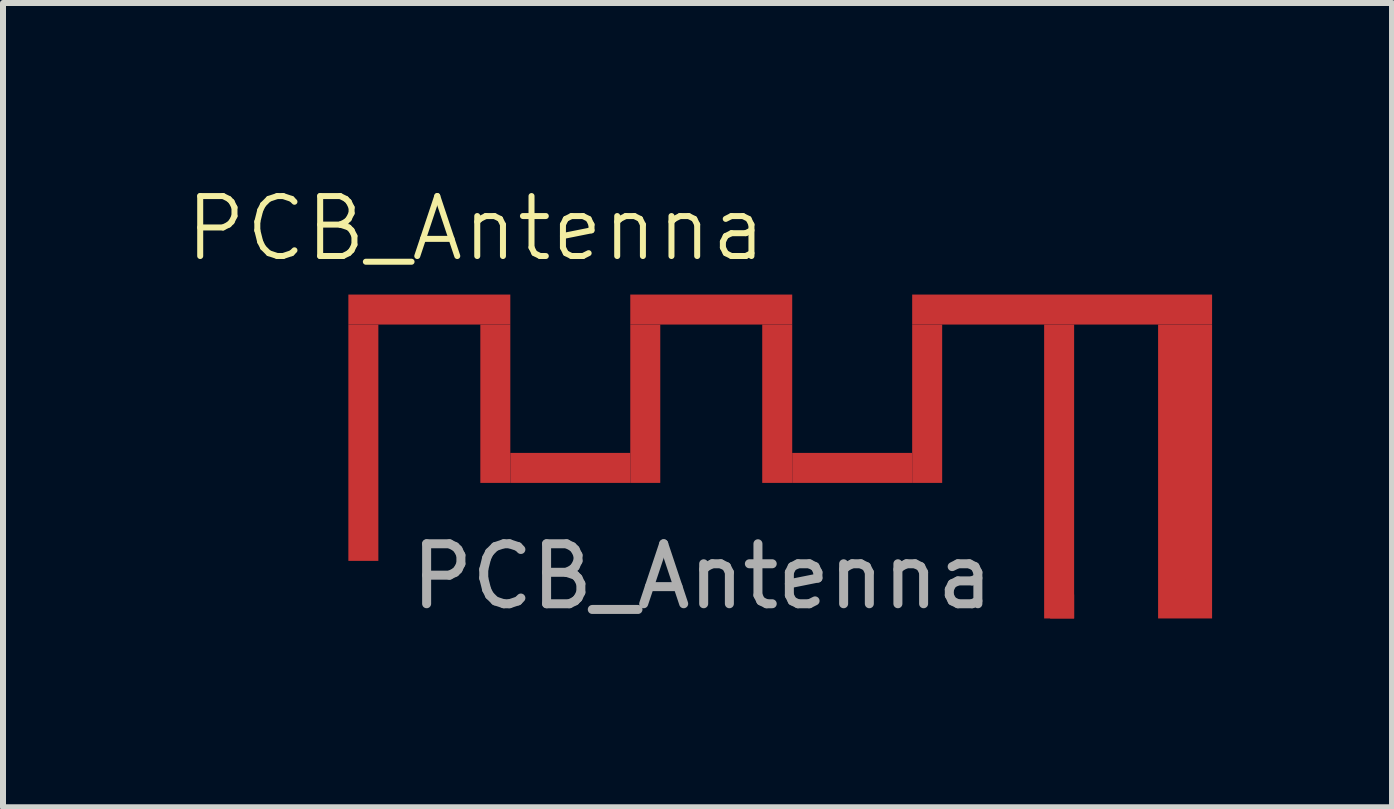
<source format=kicad_pcb>
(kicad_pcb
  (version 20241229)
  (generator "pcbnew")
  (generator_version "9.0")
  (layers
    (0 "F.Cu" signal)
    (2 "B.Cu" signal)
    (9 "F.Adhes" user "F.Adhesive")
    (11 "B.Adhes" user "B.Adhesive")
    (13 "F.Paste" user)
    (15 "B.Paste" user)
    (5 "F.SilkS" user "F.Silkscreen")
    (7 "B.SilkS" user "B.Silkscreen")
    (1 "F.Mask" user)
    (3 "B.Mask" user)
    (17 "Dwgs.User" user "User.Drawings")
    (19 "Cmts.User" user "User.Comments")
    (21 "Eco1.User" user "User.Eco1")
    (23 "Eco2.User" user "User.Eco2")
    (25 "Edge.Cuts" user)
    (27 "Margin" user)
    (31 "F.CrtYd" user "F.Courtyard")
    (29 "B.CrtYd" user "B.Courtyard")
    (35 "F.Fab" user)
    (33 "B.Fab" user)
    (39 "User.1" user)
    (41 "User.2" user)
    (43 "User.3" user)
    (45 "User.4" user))
  (footprint "PCB_Antenna"
    (layer "F.Cu")
    (at 14.758 2.361)
    (property "Reference" "PCB_Antenna" (at -9.875 -1.6 0) (unlocked yes) (layer "F.SilkS") (effects (font (size 1 1) (thickness 0.1))))
    (attr smd)
    (fp_rect (start -11.5 0) (end -12 3.94) (stroke (width 0) (type solid)) (fill yes) (layer "F.Cu"))
    (fp_rect (start -9.3 -0.5) (end -12 0) (stroke (width 0) (type solid)) (fill yes) (layer "F.Cu"))
    (fp_rect (start -9.3 0) (end -9.8 2.64) (stroke (width 0) (type solid)) (fill yes) (layer "F.Cu"))
    (fp_rect (start -7.3 2.14) (end -9.3 2.64) (stroke (width 0) (type solid)) (fill yes) (layer "F.Cu"))
    (fp_rect (start -6.8 0) (end -7.3 2.64) (stroke (width 0) (type solid)) (fill yes) (layer "F.Cu"))
    (fp_rect (start -4.6 -0.5) (end -7.3 0) (stroke (width 0) (type solid)) (fill yes) (layer "F.Cu"))
    (fp_rect (start -4.6 0) (end -5.1 2.64) (stroke (width 0) (type solid)) (fill yes) (layer "F.Cu"))
    (fp_rect (start -2.6 2.14) (end -4.6 2.64) (stroke (width 0) (type solid)) (fill yes) (layer "F.Cu"))
    (fp_rect (start -2.1 0) (end -2.6 2.64) (stroke (width 0) (type solid)) (fill yes) (layer "F.Cu"))
    (fp_rect (start 0.1 0) (end -0.4 4.9) (stroke (width 0) (type solid)) (fill yes) (layer "F.Cu"))
    (fp_rect (start 2.4 -0.5) (end -2.6 0) (stroke (width 0) (type solid)) (fill yes) (layer "F.Cu"))
    (fp_rect (start 2.4 0) (end 1.5 4.9) (stroke (width 0) (type solid)) (fill yes) (layer "F.Cu"))
    (fp_text user "${REFERENCE}" (at -6.1 4.2 0) (unlocked yes) (layer "F.Fab") (effects (font (size 1 1) (thickness 0.15))))
    (pad "1" smd rect (at -0.1 4.7) (size 0.4 0.4) (layers "F.Cu" "F.Mask" "F.Paste"))
    (pad "2" smd circle (at 2 4.5) (size 0.5 0.5) (layers "F.Cu" "F.Mask" "F.Paste")))
  (gr_rect
    (start -3 -3)
    (end 20.158 10.409)
    (stroke (width 0.1) (type default))
    (fill no)
    (layer "Edge.Cuts")))
</source>
